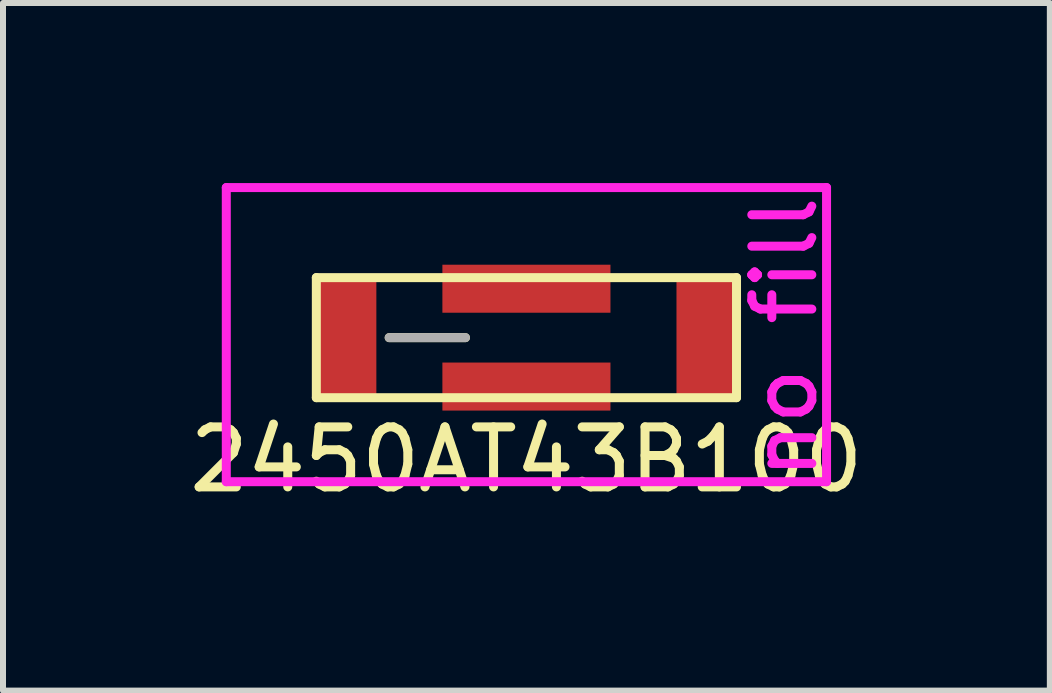
<source format=kicad_pcb>
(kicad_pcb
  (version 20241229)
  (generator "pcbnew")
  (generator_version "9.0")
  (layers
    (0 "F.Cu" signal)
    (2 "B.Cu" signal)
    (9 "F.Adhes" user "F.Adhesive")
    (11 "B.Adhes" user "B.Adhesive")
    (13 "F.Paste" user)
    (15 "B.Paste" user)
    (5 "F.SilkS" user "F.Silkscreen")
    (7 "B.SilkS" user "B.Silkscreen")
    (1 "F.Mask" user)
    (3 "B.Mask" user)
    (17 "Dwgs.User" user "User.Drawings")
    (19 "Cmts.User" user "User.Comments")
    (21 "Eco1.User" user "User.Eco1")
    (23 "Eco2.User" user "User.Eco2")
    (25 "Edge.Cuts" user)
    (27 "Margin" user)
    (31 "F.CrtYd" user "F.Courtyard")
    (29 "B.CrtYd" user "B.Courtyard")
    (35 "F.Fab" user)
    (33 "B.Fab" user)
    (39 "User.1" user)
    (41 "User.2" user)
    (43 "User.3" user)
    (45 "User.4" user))
  (footprint "2450AT43B100"
    (layer "F.Cu")
    (at 5.72 2.575)
    (property "Reference" "2450AT43B100" (at 0 2.032 0) (layer "F.SilkS") (effects (font (size 1 1) (thickness 0.15))))
    (attr through_hole)
    (fp_line (start -3.5 -1) (end -3.5 1) (stroke (width 0.15) (type solid)) (layer "F.SilkS"))
    (fp_line (start -3.5 1) (end 3.5 1) (stroke (width 0.15) (type solid)) (layer "F.SilkS"))
    (fp_line (start -2.286 0) (end -1.016 0) (stroke (width 0.15) (type solid)) (layer "F.SilkS"))
    (fp_line (start 3.5 -1) (end -3.5 -1) (stroke (width 0.15) (type solid)) (layer "F.SilkS"))
    (fp_line (start 3.5 1) (end 3.5 -1) (stroke (width 0.15) (type solid)) (layer "F.SilkS"))
    (fp_line (start -5 -2.5) (end -5 2.4) (stroke (width 0.15) (type solid)) (layer "F.CrtYd"))
    (fp_line (start -5 2.4) (end 5 2.4) (stroke (width 0.15) (type solid)) (layer "F.CrtYd"))
    (fp_line (start 5 -2.5) (end -5 -2.5) (stroke (width 0.15) (type solid)) (layer "F.CrtYd"))
    (fp_line (start 5 2.4) (end 5 -2.5) (stroke (width 0.15) (type solid)) (layer "F.CrtYd"))
    (fp_line (start -2.286 0) (end -1.016 0) (stroke (width 0.15) (type solid)) (layer "F.Fab"))
    (fp_text user "no fill" (at 4.3 0 90) (layer "F.CrtYd") (effects (font (size 1 1) (thickness 0.15))))
    (pad "" smd rect (at 0 -0.815) (size 2.8 0.8) (layers "F.Cu" "F.Mask" "F.Paste"))
    (pad "" smd rect (at 0 0.815) (size 2.8 0.8) (layers "F.Cu" "F.Mask" "F.Paste"))
    (pad "" smd rect (at 3 0) (size 1 2) (layers "F.Cu" "F.Mask" "F.Paste"))
    (pad "1" smd rect (at -3 0) (size 1 2) (layers "F.Cu" "F.Mask" "F.Paste")))
  (gr_rect
    (start -3 -3)
    (end 14.44 8.455)
    (stroke (width 0.1) (type default))
    (fill no)
    (layer "Edge.Cuts")))
</source>
